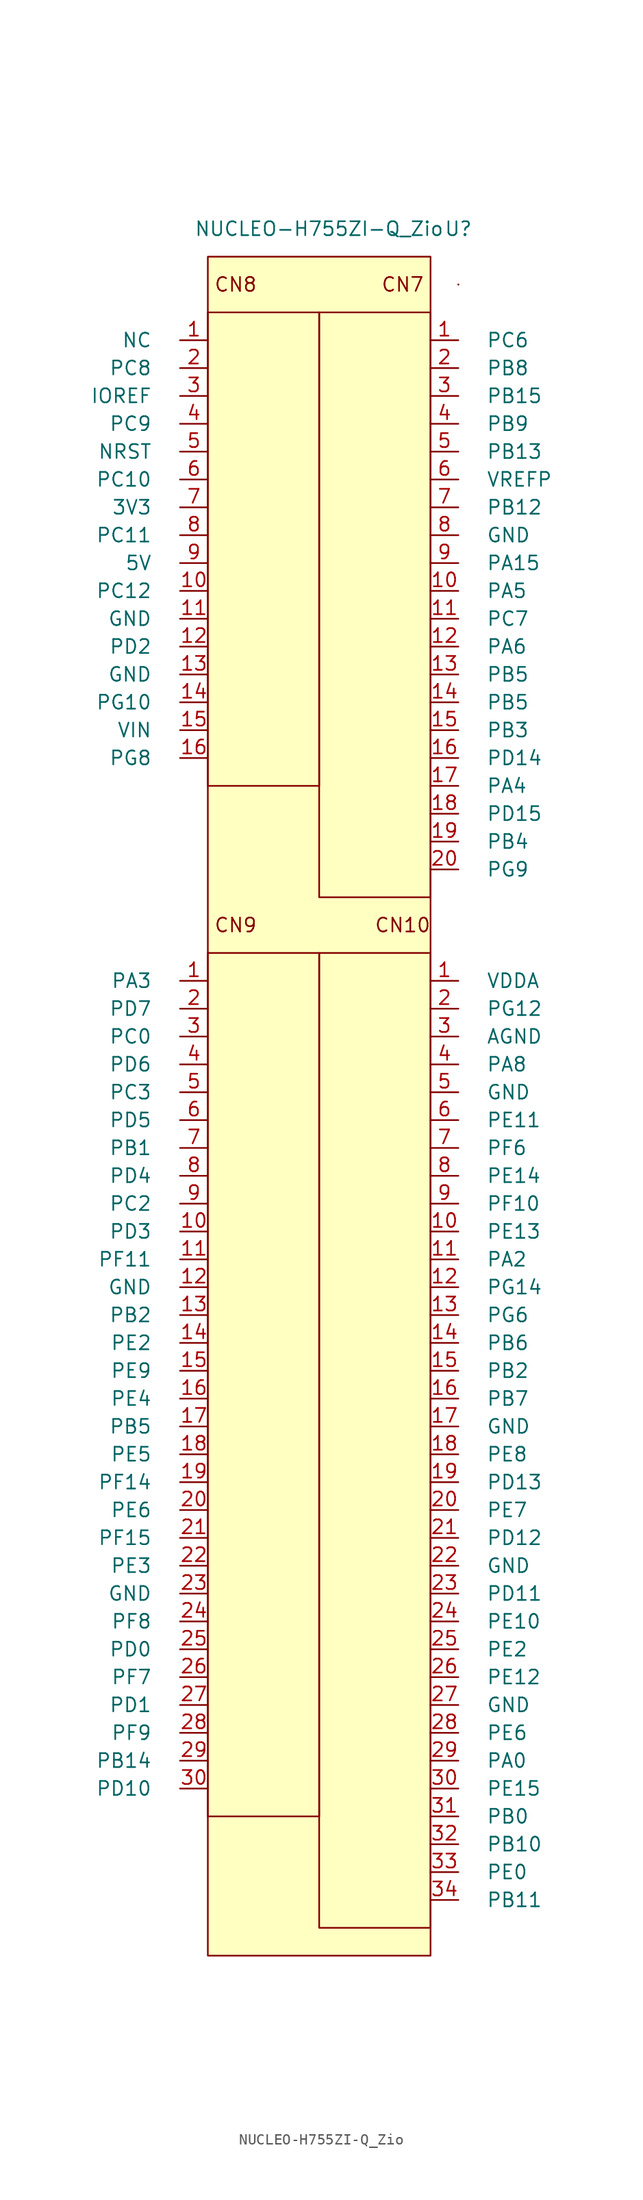
<source format=kicad_sym>
(kicad_symbol_lib
  (version 20211014)
  (generator kicad_symbol_editor)
  (symbol "NUCLEO-H755ZI-Q_Zio"
    (pin_names
      (offset 2.54))
    (property "Reference" "U"
      (at 12.7 15.24 0)
      (effects (font (size 1.27 1.27))))
    (property "Value" "NUCLEO-H755ZI-Q_Zio"
      (at 0 15.24 0)
      (effects (font (size 1.27 1.27))))
    (symbol "NUCLEO-H755ZI-Q_Zio_0_0"
      (rectangle (start -10.16 -50.8) (end 0 -129.54) (stroke (width 0) (type default) (color 0 0 0 0)) (fill (type none)))
      (rectangle (start -10.16 12.7) (end 10.16 -142.24) (stroke (width 0) (type default) (color 0 0 0 0)) (fill (type background)))
      (rectangle (start 0 -50.8) (end 10.16 -139.7) (stroke (width 0) (type default) (color 0 0 0 0)) (fill (type none)))
      (rectangle (start 0 7.62) (end 10.16 -45.72) (stroke (width 0) (type default) (color 0 0 0 0)) (fill (type none)))
      (text "CN10" (at 7.62 -48.26 0) (effects (font (size 1.27 1.27))))
      (text "CN7" (at 7.62 10.16 0) (effects (font (size 1.27 1.27))))
      (text "CN8" (at -7.62 10.16 0) (effects (font (size 1.27 1.27))))
      (text "CN9" (at -7.62 -48.26 0) (effects (font (size 1.27 1.27)))))
    (symbol "NUCLEO-H755ZI-Q_Zio_0_1"
      (rectangle (start -10.16 7.62) (end 0 -35.56) (stroke (width 0) (type default) (color 0 0 0 0)) (fill (type none)))
      (rectangle (start 12.7 10.16) (end 12.7 10.16) (stroke (width 0) (type default) (color 0 0 0 0)) (fill (type none)))
      (rectangle (start 12.7 10.16) (end 12.7 10.16) (stroke (width 0) (type default) (color 0 0 0 0)) (fill (type none))))
    (symbol "NUCLEO-H755ZI-Q_Zio_1_1"
      (pin bidirectional line (at -10.16 5.08 180) (length 2.54) (name "NC" (effects (font (size 1.27 1.27)))) (number "1" (effects (font (size 1.27 1.27)))))
      (pin bidirectional line (at -10.16 -53.34 180) (length 2.54) (name "PA3" (effects (font (size 1.27 1.27)))) (number "1" (effects (font (size 1.27 1.27)))))
      (pin bidirectional line (at 10.16 5.08 0) (length 2.54) (name "PC6" (effects (font (size 1.27 1.27)))) (number "1" (effects (font (size 1.27 1.27)))))
      (pin power_out line (at 10.16 -53.34 0) (length 2.54) (name "VDDA" (effects (font (size 1.27 1.27)))) (number "1" (effects (font (size 1.27 1.27)))))
      (pin bidirectional line (at 10.16 -17.78 0) (length 2.54) (name "PA5" (effects (font (size 1.27 1.27)))) (number "10" (effects (font (size 1.27 1.27)))))
      (pin bidirectional line (at -10.16 -17.78 180) (length 2.54) (name "PC12" (effects (font (size 1.27 1.27)))) (number "10" (effects (font (size 1.27 1.27)))))
      (pin bidirectional line (at -10.16 -76.2 180) (length 2.54) (name "PD3" (effects (font (size 1.27 1.27)))) (number "10" (effects (font (size 1.27 1.27)))))
      (pin bidirectional line (at 10.16 -76.2 0) (length 2.54) (name "PE13" (effects (font (size 1.27 1.27)))) (number "10" (effects (font (size 1.27 1.27)))))
      (pin power_in line (at -10.16 -20.32 180) (length 2.54) (name "GND" (effects (font (size 1.27 1.27)))) (number "11" (effects (font (size 1.27 1.27)))))
      (pin bidirectional line (at 10.16 -78.74 0) (length 2.54) (name "PA2" (effects (font (size 1.27 1.27)))) (number "11" (effects (font (size 1.27 1.27)))))
      (pin bidirectional line (at 10.16 -20.32 0) (length 2.54) (name "PC7" (effects (font (size 1.27 1.27)))) (number "11" (effects (font (size 1.27 1.27)))))
      (pin bidirectional line (at -10.16 -78.74 180) (length 2.54) (name "PF11" (effects (font (size 1.27 1.27)))) (number "11" (effects (font (size 1.27 1.27)))))
      (pin power_in line (at -10.16 -81.28 180) (length 2.54) (name "GND" (effects (font (size 1.27 1.27)))) (number "12" (effects (font (size 1.27 1.27)))))
      (pin bidirectional line (at 10.16 -22.86 0) (length 2.54) (name "PA6" (effects (font (size 1.27 1.27)))) (number "12" (effects (font (size 1.27 1.27)))))
      (pin bidirectional line (at -10.16 -22.86 180) (length 2.54) (name "PD2" (effects (font (size 1.27 1.27)))) (number "12" (effects (font (size 1.27 1.27)))))
      (pin bidirectional line (at 10.16 -81.28 0) (length 2.54) (name "PG14" (effects (font (size 1.27 1.27)))) (number "12" (effects (font (size 1.27 1.27)))))
      (pin power_in line (at -10.16 -25.4 180) (length 2.54) (name "GND" (effects (font (size 1.27 1.27)))) (number "13" (effects (font (size 1.27 1.27)))))
      (pin bidirectional line (at -10.16 -83.82 180) (length 2.54) (name "PB2" (effects (font (size 1.27 1.27)))) (number "13" (effects (font (size 1.27 1.27)))))
      (pin bidirectional line (at 10.16 -25.4 0) (length 2.54) (name "PB5" (effects (font (size 1.27 1.27)))) (number "13" (effects (font (size 1.27 1.27)))))
      (pin bidirectional line (at 10.16 -83.82 0) (length 2.54) (name "PG6" (effects (font (size 1.27 1.27)))) (number "13" (effects (font (size 1.27 1.27)))))
      (pin bidirectional line (at 10.16 -27.94 0) (length 2.54) (name "PB5" (effects (font (size 1.27 1.27)))) (number "14" (effects (font (size 1.27 1.27)))))
      (pin bidirectional line (at 10.16 -86.36 0) (length 2.54) (name "PB6" (effects (font (size 1.27 1.27)))) (number "14" (effects (font (size 1.27 1.27)))))
      (pin bidirectional line (at -10.16 -86.36 180) (length 2.54) (name "PE2" (effects (font (size 1.27 1.27)))) (number "14" (effects (font (size 1.27 1.27)))))
      (pin bidirectional line (at -10.16 -27.94 180) (length 2.54) (name "PG10" (effects (font (size 1.27 1.27)))) (number "14" (effects (font (size 1.27 1.27)))))
      (pin bidirectional line (at 10.16 -88.9 0) (length 2.54) (name "PB2" (effects (font (size 1.27 1.27)))) (number "15" (effects (font (size 1.27 1.27)))))
      (pin bidirectional line (at 10.16 -30.48 0) (length 2.54) (name "PB3" (effects (font (size 1.27 1.27)))) (number "15" (effects (font (size 1.27 1.27)))))
      (pin bidirectional line (at -10.16 -88.9 180) (length 2.54) (name "PE9" (effects (font (size 1.27 1.27)))) (number "15" (effects (font (size 1.27 1.27)))))
      (pin power_in line (at -10.16 -30.48 180) (length 2.54) (name "VIN" (effects (font (size 1.27 1.27)))) (number "15" (effects (font (size 1.27 1.27)))))
      (pin bidirectional line (at 10.16 -91.44 0) (length 2.54) (name "PB7" (effects (font (size 1.27 1.27)))) (number "16" (effects (font (size 1.27 1.27)))))
      (pin bidirectional line (at 10.16 -33.02 0) (length 2.54) (name "PD14" (effects (font (size 1.27 1.27)))) (number "16" (effects (font (size 1.27 1.27)))))
      (pin bidirectional line (at -10.16 -91.44 180) (length 2.54) (name "PE4" (effects (font (size 1.27 1.27)))) (number "16" (effects (font (size 1.27 1.27)))))
      (pin bidirectional line (at -10.16 -33.02 180) (length 2.54) (name "PG8" (effects (font (size 1.27 1.27)))) (number "16" (effects (font (size 1.27 1.27)))))
      (pin power_in line (at 10.16 -93.98 0) (length 2.54) (name "GND" (effects (font (size 1.27 1.27)))) (number "17" (effects (font (size 1.27 1.27)))))
      (pin bidirectional line (at 10.16 -35.56 0) (length 2.54) (name "PA4" (effects (font (size 1.27 1.27)))) (number "17" (effects (font (size 1.27 1.27)))))
      (pin bidirectional line (at -10.16 -93.98 180) (length 2.54) (name "PB5" (effects (font (size 1.27 1.27)))) (number "17" (effects (font (size 1.27 1.27)))))
      (pin bidirectional line (at 10.16 -38.1 0) (length 2.54) (name "PD15" (effects (font (size 1.27 1.27)))) (number "18" (effects (font (size 1.27 1.27)))))
      (pin bidirectional line (at -10.16 -96.52 180) (length 2.54) (name "PE5" (effects (font (size 1.27 1.27)))) (number "18" (effects (font (size 1.27 1.27)))))
      (pin bidirectional line (at 10.16 -96.52 0) (length 2.54) (name "PE8" (effects (font (size 1.27 1.27)))) (number "18" (effects (font (size 1.27 1.27)))))
      (pin bidirectional line (at 10.16 -40.64 0) (length 2.54) (name "PB4" (effects (font (size 1.27 1.27)))) (number "19" (effects (font (size 1.27 1.27)))))
      (pin bidirectional line (at 10.16 -99.06 0) (length 2.54) (name "PD13" (effects (font (size 1.27 1.27)))) (number "19" (effects (font (size 1.27 1.27)))))
      (pin bidirectional line (at -10.16 -99.06 180) (length 2.54) (name "PF14" (effects (font (size 1.27 1.27)))) (number "19" (effects (font (size 1.27 1.27)))))
      (pin bidirectional line (at 10.16 2.54 0) (length 2.54) (name "PB8" (effects (font (size 1.27 1.27)))) (number "2" (effects (font (size 1.27 1.27)))))
      (pin bidirectional line (at -10.16 2.54 180) (length 2.54) (name "PC8" (effects (font (size 1.27 1.27)))) (number "2" (effects (font (size 1.27 1.27)))))
      (pin bidirectional line (at -10.16 -55.88 180) (length 2.54) (name "PD7" (effects (font (size 1.27 1.27)))) (number "2" (effects (font (size 1.27 1.27)))))
      (pin bidirectional line (at 10.16 -55.88 0) (length 2.54) (name "PG12" (effects (font (size 1.27 1.27)))) (number "2" (effects (font (size 1.27 1.27)))))
      (pin bidirectional line (at -10.16 -101.6 180) (length 2.54) (name "PE6" (effects (font (size 1.27 1.27)))) (number "20" (effects (font (size 1.27 1.27)))))
      (pin bidirectional line (at 10.16 -101.6 0) (length 2.54) (name "PE7" (effects (font (size 1.27 1.27)))) (number "20" (effects (font (size 1.27 1.27)))))
      (pin bidirectional line (at 10.16 -43.18 0) (length 2.54) (name "PG9" (effects (font (size 1.27 1.27)))) (number "20" (effects (font (size 1.27 1.27)))))
      (pin bidirectional line (at 10.16 -104.14 0) (length 2.54) (name "PD12" (effects (font (size 1.27 1.27)))) (number "21" (effects (font (size 1.27 1.27)))))
      (pin bidirectional line (at -10.16 -104.14 180) (length 2.54) (name "PF15" (effects (font (size 1.27 1.27)))) (number "21" (effects (font (size 1.27 1.27)))))
      (pin power_in line (at 10.16 -106.68 0) (length 2.54) (name "GND" (effects (font (size 1.27 1.27)))) (number "22" (effects (font (size 1.27 1.27)))))
      (pin bidirectional line (at -10.16 -106.68 180) (length 2.54) (name "PE3" (effects (font (size 1.27 1.27)))) (number "22" (effects (font (size 1.27 1.27)))))
      (pin power_in line (at -10.16 -109.22 180) (length 2.54) (name "GND" (effects (font (size 1.27 1.27)))) (number "23" (effects (font (size 1.27 1.27)))))
      (pin bidirectional line (at 10.16 -109.22 0) (length 2.54) (name "PD11" (effects (font (size 1.27 1.27)))) (number "23" (effects (font (size 1.27 1.27)))))
      (pin bidirectional line (at 10.16 -111.76 0) (length 2.54) (name "PE10" (effects (font (size 1.27 1.27)))) (number "24" (effects (font (size 1.27 1.27)))))
      (pin bidirectional line (at -10.16 -111.76 180) (length 2.54) (name "PF8" (effects (font (size 1.27 1.27)))) (number "24" (effects (font (size 1.27 1.27)))))
      (pin bidirectional line (at -10.16 -114.3 180) (length 2.54) (name "PD0" (effects (font (size 1.27 1.27)))) (number "25" (effects (font (size 1.27 1.27)))))
      (pin bidirectional line (at 10.16 -114.3 0) (length 2.54) (name "PE2" (effects (font (size 1.27 1.27)))) (number "25" (effects (font (size 1.27 1.27)))))
      (pin bidirectional line (at 10.16 -116.84 0) (length 2.54) (name "PE12" (effects (font (size 1.27 1.27)))) (number "26" (effects (font (size 1.27 1.27)))))
      (pin bidirectional line (at -10.16 -116.84 180) (length 2.54) (name "PF7" (effects (font (size 1.27 1.27)))) (number "26" (effects (font (size 1.27 1.27)))))
      (pin power_in line (at 10.16 -119.38 0) (length 2.54) (name "GND" (effects (font (size 1.27 1.27)))) (number "27" (effects (font (size 1.27 1.27)))))
      (pin bidirectional line (at -10.16 -119.38 180) (length 2.54) (name "PD1" (effects (font (size 1.27 1.27)))) (number "27" (effects (font (size 1.27 1.27)))))
      (pin bidirectional line (at 10.16 -121.92 0) (length 2.54) (name "PE6" (effects (font (size 1.27 1.27)))) (number "28" (effects (font (size 1.27 1.27)))))
      (pin bidirectional line (at -10.16 -121.92 180) (length 2.54) (name "PF9" (effects (font (size 1.27 1.27)))) (number "28" (effects (font (size 1.27 1.27)))))
      (pin bidirectional line (at 10.16 -124.46 0) (length 2.54) (name "PA0" (effects (font (size 1.27 1.27)))) (number "29" (effects (font (size 1.27 1.27)))))
      (pin bidirectional line (at -10.16 -124.46 180) (length 2.54) (name "PB14" (effects (font (size 1.27 1.27)))) (number "29" (effects (font (size 1.27 1.27)))))
      (pin power_in line (at 10.16 -58.42 0) (length 2.54) (name "AGND" (effects (font (size 1.27 1.27)))) (number "3" (effects (font (size 1.27 1.27)))))
      (pin bidirectional line (at -10.16 0 180) (length 2.54) (name "IOREF" (effects (font (size 1.27 1.27)))) (number "3" (effects (font (size 1.27 1.27)))))
      (pin bidirectional line (at 10.16 0 0) (length 2.54) (name "PB15" (effects (font (size 1.27 1.27)))) (number "3" (effects (font (size 1.27 1.27)))))
      (pin bidirectional line (at -10.16 -58.42 180) (length 2.54) (name "PC0" (effects (font (size 1.27 1.27)))) (number "3" (effects (font (size 1.27 1.27)))))
      (pin bidirectional line (at -10.16 -127 180) (length 2.54) (name "PD10" (effects (font (size 1.27 1.27)))) (number "30" (effects (font (size 1.27 1.27)))))
      (pin bidirectional line (at 10.16 -127 0) (length 2.54) (name "PE15" (effects (font (size 1.27 1.27)))) (number "30" (effects (font (size 1.27 1.27)))))
      (pin bidirectional line (at 10.16 -129.54 0) (length 2.54) (name "PB0" (effects (font (size 1.27 1.27)))) (number "31" (effects (font (size 1.27 1.27)))))
      (pin bidirectional line (at 10.16 -132.08 0) (length 2.54) (name "PB10" (effects (font (size 1.27 1.27)))) (number "32" (effects (font (size 1.27 1.27)))))
      (pin bidirectional line (at 10.16 -134.62 0) (length 2.54) (name "PE0" (effects (font (size 1.27 1.27)))) (number "33" (effects (font (size 1.27 1.27)))))
      (pin bidirectional line (at 10.16 -137.16 0) (length 2.54) (name "PB11" (effects (font (size 1.27 1.27)))) (number "34" (effects (font (size 1.27 1.27)))))
      (pin bidirectional line (at 10.16 -60.96 0) (length 2.54) (name "PA8" (effects (font (size 1.27 1.27)))) (number "4" (effects (font (size 1.27 1.27)))))
      (pin bidirectional line (at 10.16 -2.54 0) (length 2.54) (name "PB9" (effects (font (size 1.27 1.27)))) (number "4" (effects (font (size 1.27 1.27)))))
      (pin bidirectional line (at -10.16 -2.54 180) (length 2.54) (name "PC9" (effects (font (size 1.27 1.27)))) (number "4" (effects (font (size 1.27 1.27)))))
      (pin bidirectional line (at -10.16 -60.96 180) (length 2.54) (name "PD6" (effects (font (size 1.27 1.27)))) (number "4" (effects (font (size 1.27 1.27)))))
      (pin power_in line (at 10.16 -63.5 0) (length 2.54) (name "GND" (effects (font (size 1.27 1.27)))) (number "5" (effects (font (size 1.27 1.27)))))
      (pin input line (at -10.16 -5.08 180) (length 2.54) (name "NRST" (effects (font (size 1.27 1.27)))) (number "5" (effects (font (size 1.27 1.27)))))
      (pin bidirectional line (at 10.16 -5.08 0) (length 2.54) (name "PB13" (effects (font (size 1.27 1.27)))) (number "5" (effects (font (size 1.27 1.27)))))
      (pin bidirectional line (at -10.16 -63.5 180) (length 2.54) (name "PC3" (effects (font (size 1.27 1.27)))) (number "5" (effects (font (size 1.27 1.27)))))
      (pin bidirectional line (at -10.16 -7.62 180) (length 2.54) (name "PC10" (effects (font (size 1.27 1.27)))) (number "6" (effects (font (size 1.27 1.27)))))
      (pin bidirectional line (at -10.16 -66.04 180) (length 2.54) (name "PD5" (effects (font (size 1.27 1.27)))) (number "6" (effects (font (size 1.27 1.27)))))
      (pin bidirectional line (at 10.16 -66.04 0) (length 2.54) (name "PE11" (effects (font (size 1.27 1.27)))) (number "6" (effects (font (size 1.27 1.27)))))
      (pin power_in line (at 10.16 -7.62 0) (length 2.54) (name "VREFP" (effects (font (size 1.27 1.27)))) (number "6" (effects (font (size 1.27 1.27)))))
      (pin power_out line (at -10.16 -10.16 180) (length 2.54) (name "3V3" (effects (font (size 1.27 1.27)))) (number "7" (effects (font (size 1.27 1.27)))))
      (pin bidirectional line (at -10.16 -68.58 180) (length 2.54) (name "PB1" (effects (font (size 1.27 1.27)))) (number "7" (effects (font (size 1.27 1.27)))))
      (pin bidirectional line (at 10.16 -10.16 0) (length 2.54) (name "PB12" (effects (font (size 1.27 1.27)))) (number "7" (effects (font (size 1.27 1.27)))))
      (pin bidirectional line (at 10.16 -68.58 0) (length 2.54) (name "PF6" (effects (font (size 1.27 1.27)))) (number "7" (effects (font (size 1.27 1.27)))))
      (pin power_in line (at 10.16 -12.7 0) (length 2.54) (name "GND" (effects (font (size 1.27 1.27)))) (number "8" (effects (font (size 1.27 1.27)))))
      (pin bidirectional line (at -10.16 -12.7 180) (length 2.54) (name "PC11" (effects (font (size 1.27 1.27)))) (number "8" (effects (font (size 1.27 1.27)))))
      (pin bidirectional line (at -10.16 -71.12 180) (length 2.54) (name "PD4" (effects (font (size 1.27 1.27)))) (number "8" (effects (font (size 1.27 1.27)))))
      (pin bidirectional line (at 10.16 -71.12 0) (length 2.54) (name "PE14" (effects (font (size 1.27 1.27)))) (number "8" (effects (font (size 1.27 1.27)))))
      (pin power_out line (at -10.16 -15.24 180) (length 2.54) (name "5V" (effects (font (size 1.27 1.27)))) (number "9" (effects (font (size 1.27 1.27)))))
      (pin bidirectional line (at 10.16 -15.24 0) (length 2.54) (name "PA15" (effects (font (size 1.27 1.27)))) (number "9" (effects (font (size 1.27 1.27)))))
      (pin bidirectional line (at -10.16 -73.66 180) (length 2.54) (name "PC2" (effects (font (size 1.27 1.27)))) (number "9" (effects (font (size 1.27 1.27)))))
      (pin bidirectional line (at 10.16 -73.66 0) (length 2.54) (name "PF10" (effects (font (size 1.27 1.27)))) (number "9" (effects (font (size 1.27 1.27))))))))
</source>
